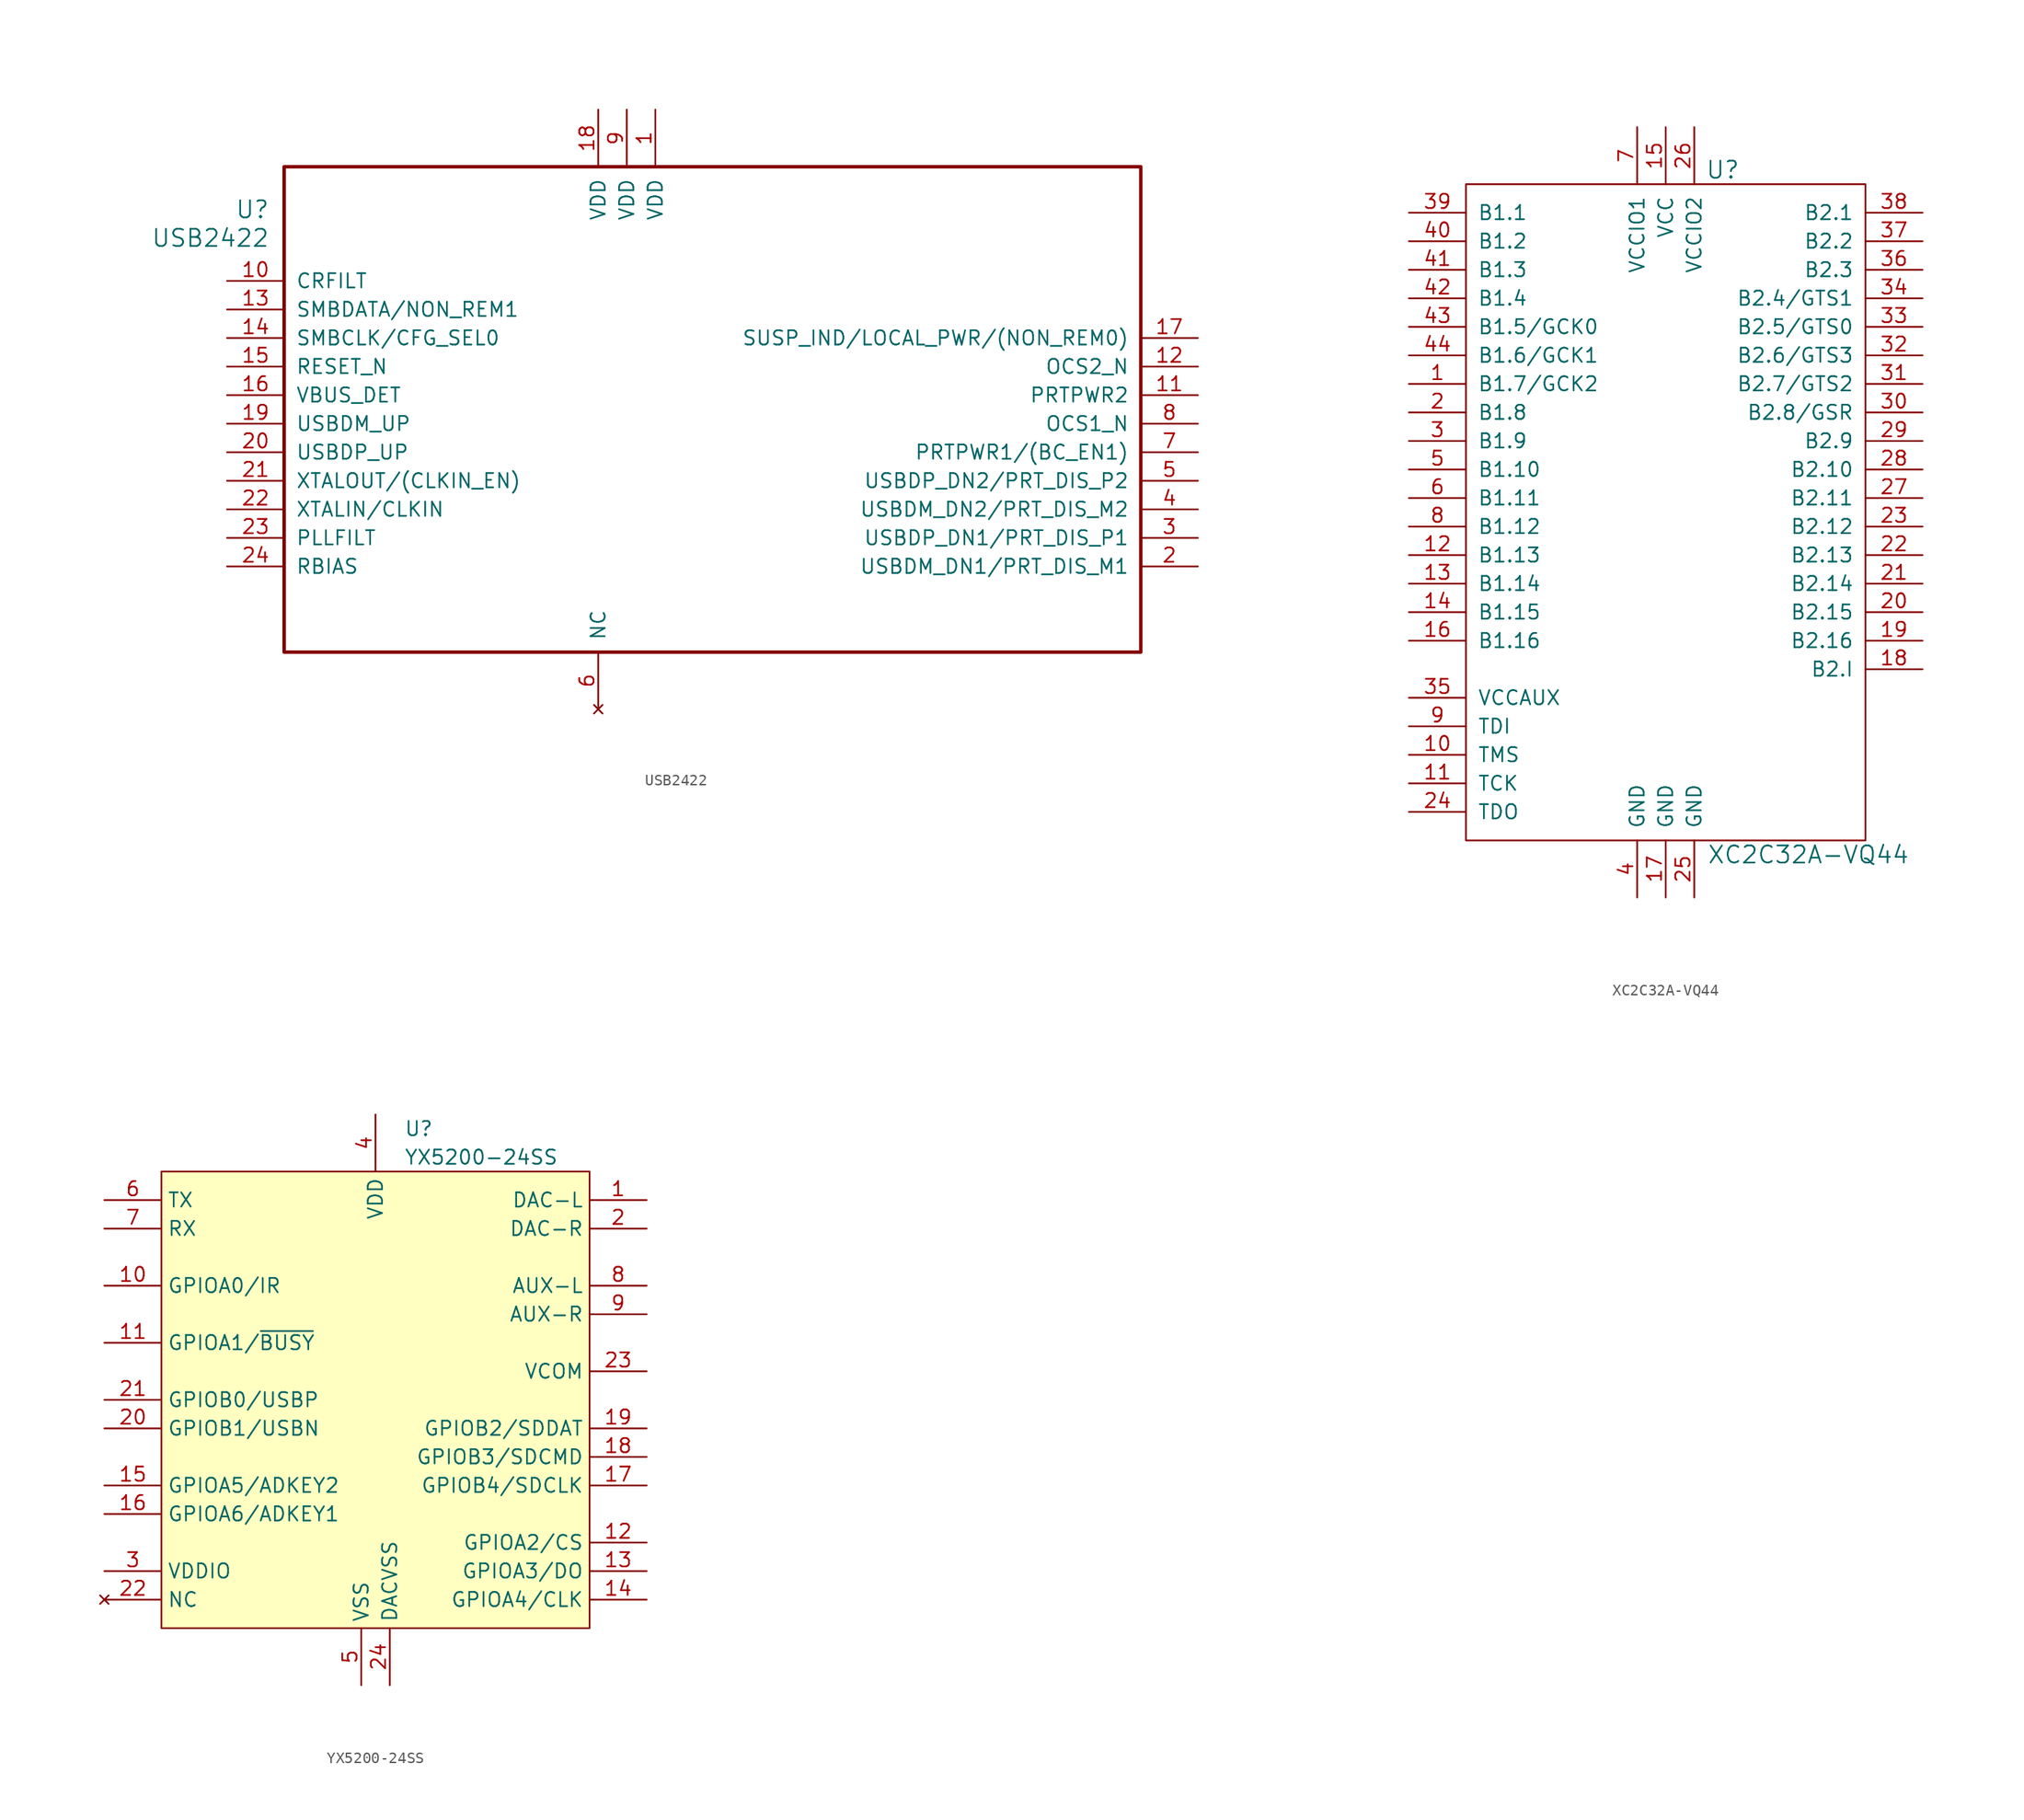
<source format=kicad_sym>
(kicad_symbol_lib
  (version 20241209)
  (generator "kicad_symbol_editor")
  (generator_version "9.0")
  (symbol "USB2422"
    (pin_names
      (offset 1.016))
    (property "Reference" "U"
      (at 3.81 6.35 0)
      (effects (font (size 1.524 1.524)) (justify right)))
    (property "Value" "USB2422"
      (at 3.81 3.81 0)
      (effects (font (size 1.524 1.524)) (justify right)))
    (symbol "USB2422_1_1"
      (rectangle (start 5.08 10.16) (end 81.28 -33.02) (stroke (width 0.305) (type default)) (fill (type none)))
      (pin passive line (at 0 0 0) (length 5.08) (name "CRFILT" (effects (font (size 1.27 1.27)))) (number "10" (effects (font (size 1.27 1.27)))))
      (pin bidirectional line (at 0 -2.54 0) (length 5.08) (name "SMBDATA/NON_REM1" (effects (font (size 1.27 1.27)))) (number "13" (effects (font (size 1.27 1.27)))))
      (pin bidirectional line (at 0 -5.08 0) (length 5.08) (name "SMBCLK/CFG_SEL0" (effects (font (size 1.27 1.27)))) (number "14" (effects (font (size 1.27 1.27)))))
      (pin input line (at 0 -7.62 0) (length 5.08) (name "RESET_N" (effects (font (size 1.27 1.27)))) (number "15" (effects (font (size 1.27 1.27)))))
      (pin input line (at 0 -10.16 0) (length 5.08) (name "VBUS_DET" (effects (font (size 1.27 1.27)))) (number "16" (effects (font (size 1.27 1.27)))))
      (pin bidirectional line (at 0 -12.7 0) (length 5.08) (name "USBDM_UP" (effects (font (size 1.27 1.27)))) (number "19" (effects (font (size 1.27 1.27)))))
      (pin bidirectional line (at 0 -15.24 0) (length 5.08) (name "USBDP_UP" (effects (font (size 1.27 1.27)))) (number "20" (effects (font (size 1.27 1.27)))))
      (pin output line (at 0 -17.78 0) (length 5.08) (name "XTALOUT/(CLKIN_EN)" (effects (font (size 1.27 1.27)))) (number "21" (effects (font (size 1.27 1.27)))))
      (pin input line (at 0 -20.32 0) (length 5.08) (name "XTALIN/CLKIN" (effects (font (size 1.27 1.27)))) (number "22" (effects (font (size 1.27 1.27)))))
      (pin passive line (at 0 -22.86 0) (length 5.08) (name "PLLFILT" (effects (font (size 1.27 1.27)))) (number "23" (effects (font (size 1.27 1.27)))))
      (pin passive line (at 0 -25.4 0) (length 5.08) (name "RBIAS" (effects (font (size 1.27 1.27)))) (number "24" (effects (font (size 1.27 1.27)))))
      (pin power_in line (at 33.02 15.24 270) (length 5.08) (name "VDD" (effects (font (size 1.27 1.27)))) (number "18" (effects (font (size 1.27 1.27)))))
      (pin no_connect line (at 33.02 -38.1 90) (length 5.08) (name "NC" (effects (font (size 1.27 1.27)))) (number "6" (effects (font (size 1.27 1.27)))))
      (pin power_in line (at 35.56 15.24 270) (length 5.08) (name "VDD" (effects (font (size 1.27 1.27)))) (number "9" (effects (font (size 1.27 1.27)))))
      (pin power_in line (at 38.1 15.24 270) (length 5.08) (name "VDD" (effects (font (size 1.27 1.27)))) (number "1" (effects (font (size 1.27 1.27)))))
      (pin output line (at 86.36 -5.08 180) (length 5.08) (name "SUSP_IND/LOCAL_PWR/(NON_REM0)" (effects (font (size 1.27 1.27)))) (number "17" (effects (font (size 1.27 1.27)))))
      (pin input line (at 86.36 -7.62 180) (length 5.08) (name "OCS2_N" (effects (font (size 1.27 1.27)))) (number "12" (effects (font (size 1.27 1.27)))))
      (pin output line (at 86.36 -10.16 180) (length 5.08) (name "PRTPWR2" (effects (font (size 1.27 1.27)))) (number "11" (effects (font (size 1.27 1.27)))))
      (pin input line (at 86.36 -12.7 180) (length 5.08) (name "OCS1_N" (effects (font (size 1.27 1.27)))) (number "8" (effects (font (size 1.27 1.27)))))
      (pin output line (at 86.36 -15.24 180) (length 5.08) (name "PRTPWR1/(BC_EN1)" (effects (font (size 1.27 1.27)))) (number "7" (effects (font (size 1.27 1.27)))))
      (pin bidirectional line (at 86.36 -17.78 180) (length 5.08) (name "USBDP_DN2/PRT_DIS_P2" (effects (font (size 1.27 1.27)))) (number "5" (effects (font (size 1.27 1.27)))))
      (pin bidirectional line (at 86.36 -20.32 180) (length 5.08) (name "USBDM_DN2/PRT_DIS_M2" (effects (font (size 1.27 1.27)))) (number "4" (effects (font (size 1.27 1.27)))))
      (pin bidirectional line (at 86.36 -22.86 180) (length 5.08) (name "USBDP_DN1/PRT_DIS_P1" (effects (font (size 1.27 1.27)))) (number "3" (effects (font (size 1.27 1.27)))))
      (pin bidirectional line (at 86.36 -25.4 180) (length 5.08) (name "USBDM_DN1/PRT_DIS_M1" (effects (font (size 1.27 1.27)))) (number "2" (effects (font (size 1.27 1.27)))))))
  (symbol "XC2C32A-VQ44"
    (pin_names
      (offset 1.016))
    (property "Reference" "U"
      (at 5.08 29.21 0)
      (effects (font (size 1.524 1.524))))
    (property "Value" "XC2C32A-VQ44"
      (at 12.7 -31.75 0)
      (effects (font (size 1.524 1.524))))
    (property "Footprint" ""
      (at 12.7 -19.05 0)
      (effects (font (size 1.524 1.524))))
    (property "Datasheet" ""
      (at 12.7 -19.05 0)
      (effects (font (size 1.524 1.524))))
    (symbol "XC2C32A-VQ44_0_1"
      (rectangle (start -17.78 27.94) (end 17.78 -30.48) (stroke (width 0) (type default)) (fill (type none))))
    (symbol "XC2C32A-VQ44_1_1"
      (pin bidirectional line (at -22.86 25.4 0) (length 5.08) (name "B1.1" (effects (font (size 1.27 1.27)))) (number "39" (effects (font (size 1.27 1.27)))))
      (pin bidirectional line (at -22.86 22.86 0) (length 5.08) (name "B1.2" (effects (font (size 1.27 1.27)))) (number "40" (effects (font (size 1.27 1.27)))))
      (pin bidirectional line (at -22.86 20.32 0) (length 5.08) (name "B1.3" (effects (font (size 1.27 1.27)))) (number "41" (effects (font (size 1.27 1.27)))))
      (pin bidirectional line (at -22.86 17.78 0) (length 5.08) (name "B1.4" (effects (font (size 1.27 1.27)))) (number "42" (effects (font (size 1.27 1.27)))))
      (pin bidirectional line (at -22.86 15.24 0) (length 5.08) (name "B1.5/GCK0" (effects (font (size 1.27 1.27)))) (number "43" (effects (font (size 1.27 1.27)))))
      (pin bidirectional line (at -22.86 12.7 0) (length 5.08) (name "B1.6/GCK1" (effects (font (size 1.27 1.27)))) (number "44" (effects (font (size 1.27 1.27)))))
      (pin bidirectional line (at -22.86 10.16 0) (length 5.08) (name "B1.7/GCK2" (effects (font (size 1.27 1.27)))) (number "1" (effects (font (size 1.27 1.27)))))
      (pin bidirectional line (at -22.86 7.62 0) (length 5.08) (name "B1.8" (effects (font (size 1.27 1.27)))) (number "2" (effects (font (size 1.27 1.27)))))
      (pin bidirectional line (at -22.86 5.08 0) (length 5.08) (name "B1.9" (effects (font (size 1.27 1.27)))) (number "3" (effects (font (size 1.27 1.27)))))
      (pin bidirectional line (at -22.86 2.54 0) (length 5.08) (name "B1.10" (effects (font (size 1.27 1.27)))) (number "5" (effects (font (size 1.27 1.27)))))
      (pin bidirectional line (at -22.86 0 0) (length 5.08) (name "B1.11" (effects (font (size 1.27 1.27)))) (number "6" (effects (font (size 1.27 1.27)))))
      (pin bidirectional line (at -22.86 -2.54 0) (length 5.08) (name "B1.12" (effects (font (size 1.27 1.27)))) (number "8" (effects (font (size 1.27 1.27)))))
      (pin bidirectional line (at -22.86 -5.08 0) (length 5.08) (name "B1.13" (effects (font (size 1.27 1.27)))) (number "12" (effects (font (size 1.27 1.27)))))
      (pin bidirectional line (at -22.86 -7.62 0) (length 5.08) (name "B1.14" (effects (font (size 1.27 1.27)))) (number "13" (effects (font (size 1.27 1.27)))))
      (pin bidirectional line (at -22.86 -10.16 0) (length 5.08) (name "B1.15" (effects (font (size 1.27 1.27)))) (number "14" (effects (font (size 1.27 1.27)))))
      (pin bidirectional line (at -22.86 -12.7 0) (length 5.08) (name "B1.16" (effects (font (size 1.27 1.27)))) (number "16" (effects (font (size 1.27 1.27)))))
      (pin power_in line (at -22.86 -17.78 0) (length 5.08) (name "VCCAUX" (effects (font (size 1.27 1.27)))) (number "35" (effects (font (size 1.27 1.27)))))
      (pin input line (at -22.86 -20.32 0) (length 5.08) (name "TDI" (effects (font (size 1.27 1.27)))) (number "9" (effects (font (size 1.27 1.27)))))
      (pin input line (at -22.86 -22.86 0) (length 5.08) (name "TMS" (effects (font (size 1.27 1.27)))) (number "10" (effects (font (size 1.27 1.27)))))
      (pin input line (at -22.86 -25.4 0) (length 5.08) (name "TCK" (effects (font (size 1.27 1.27)))) (number "11" (effects (font (size 1.27 1.27)))))
      (pin output line (at -22.86 -27.94 0) (length 5.08) (name "TDO" (effects (font (size 1.27 1.27)))) (number "24" (effects (font (size 1.27 1.27)))))
      (pin power_in line (at -2.54 33.02 270) (length 5.08) (name "VCCIO1" (effects (font (size 1.27 1.27)))) (number "7" (effects (font (size 1.27 1.27)))))
      (pin power_in line (at -2.54 -35.56 90) (length 5.08) (name "GND" (effects (font (size 1.27 1.27)))) (number "4" (effects (font (size 1.27 1.27)))))
      (pin power_in line (at 0 33.02 270) (length 5.08) (name "VCC" (effects (font (size 1.27 1.27)))) (number "15" (effects (font (size 1.27 1.27)))))
      (pin power_in line (at 0 -35.56 90) (length 5.08) (name "GND" (effects (font (size 1.27 1.27)))) (number "17" (effects (font (size 1.27 1.27)))))
      (pin power_in line (at 2.54 33.02 270) (length 5.08) (name "VCCIO2" (effects (font (size 1.27 1.27)))) (number "26" (effects (font (size 1.27 1.27)))))
      (pin power_in line (at 2.54 -35.56 90) (length 5.08) (name "GND" (effects (font (size 1.27 1.27)))) (number "25" (effects (font (size 1.27 1.27)))))
      (pin bidirectional line (at 22.86 25.4 180) (length 5.08) (name "B2.1" (effects (font (size 1.27 1.27)))) (number "38" (effects (font (size 1.27 1.27)))))
      (pin bidirectional line (at 22.86 22.86 180) (length 5.08) (name "B2.2" (effects (font (size 1.27 1.27)))) (number "37" (effects (font (size 1.27 1.27)))))
      (pin bidirectional line (at 22.86 20.32 180) (length 5.08) (name "B2.3" (effects (font (size 1.27 1.27)))) (number "36" (effects (font (size 1.27 1.27)))))
      (pin bidirectional line (at 22.86 17.78 180) (length 5.08) (name "B2.4/GTS1" (effects (font (size 1.27 1.27)))) (number "34" (effects (font (size 1.27 1.27)))))
      (pin bidirectional line (at 22.86 15.24 180) (length 5.08) (name "B2.5/GTS0" (effects (font (size 1.27 1.27)))) (number "33" (effects (font (size 1.27 1.27)))))
      (pin bidirectional line (at 22.86 12.7 180) (length 5.08) (name "B2.6/GTS3" (effects (font (size 1.27 1.27)))) (number "32" (effects (font (size 1.27 1.27)))))
      (pin bidirectional line (at 22.86 10.16 180) (length 5.08) (name "B2.7/GTS2" (effects (font (size 1.27 1.27)))) (number "31" (effects (font (size 1.27 1.27)))))
      (pin bidirectional line (at 22.86 7.62 180) (length 5.08) (name "B2.8/GSR" (effects (font (size 1.27 1.27)))) (number "30" (effects (font (size 1.27 1.27)))))
      (pin bidirectional line (at 22.86 5.08 180) (length 5.08) (name "B2.9" (effects (font (size 1.27 1.27)))) (number "29" (effects (font (size 1.27 1.27)))))
      (pin bidirectional line (at 22.86 2.54 180) (length 5.08) (name "B2.10" (effects (font (size 1.27 1.27)))) (number "28" (effects (font (size 1.27 1.27)))))
      (pin bidirectional line (at 22.86 0 180) (length 5.08) (name "B2.11" (effects (font (size 1.27 1.27)))) (number "27" (effects (font (size 1.27 1.27)))))
      (pin bidirectional line (at 22.86 -2.54 180) (length 5.08) (name "B2.12" (effects (font (size 1.27 1.27)))) (number "23" (effects (font (size 1.27 1.27)))))
      (pin bidirectional line (at 22.86 -5.08 180) (length 5.08) (name "B2.13" (effects (font (size 1.27 1.27)))) (number "22" (effects (font (size 1.27 1.27)))))
      (pin bidirectional line (at 22.86 -7.62 180) (length 5.08) (name "B2.14" (effects (font (size 1.27 1.27)))) (number "21" (effects (font (size 1.27 1.27)))))
      (pin bidirectional line (at 22.86 -10.16 180) (length 5.08) (name "B2.15" (effects (font (size 1.27 1.27)))) (number "20" (effects (font (size 1.27 1.27)))))
      (pin bidirectional line (at 22.86 -12.7 180) (length 5.08) (name "B2.16" (effects (font (size 1.27 1.27)))) (number "19" (effects (font (size 1.27 1.27)))))
      (pin input line (at 22.86 -15.24 180) (length 5.08) (name "B2.I" (effects (font (size 1.27 1.27)))) (number "18" (effects (font (size 1.27 1.27)))))))
  (symbol "YX5200-24SS"
    (property "Reference" "U"
      (at 2.54 24.13 0)
      (effects (font (size 1.27 1.27)) (justify left)))
    (property "Value" "YX5200-24SS"
      (at 2.54 21.59 0)
      (effects (font (size 1.27 1.27)) (justify left)))
    (symbol "YX5200-24SS_1_1"
      (rectangle (start -19.05 20.32) (end 19.05 -20.32) (stroke (width 0) (type default)) (fill (type background)))
      (pin output line (at -24.13 17.78 0) (length 5.08) (name "TX" (effects (font (size 1.27 1.27)))) (number "6" (effects (font (size 1.27 1.27)))))
      (pin input line (at -24.13 15.24 0) (length 5.08) (name "RX" (effects (font (size 1.27 1.27)))) (number "7" (effects (font (size 1.27 1.27)))))
      (pin input line (at -24.13 10.16 0) (length 5.08) (name "GPIOA0/IR" (effects (font (size 1.27 1.27)))) (number "10" (effects (font (size 1.27 1.27)))))
      (pin output line (at -24.13 5.08 0) (length 5.08) (name "GPIOA1/~{BUSY}" (effects (font (size 1.27 1.27)))) (number "11" (effects (font (size 1.27 1.27)))))
      (pin bidirectional line (at -24.13 0 0) (length 5.08) (name "GPIOB0/USBP" (effects (font (size 1.27 1.27)))) (number "21" (effects (font (size 1.27 1.27)))))
      (pin bidirectional line (at -24.13 -2.54 0) (length 5.08) (name "GPIOB1/USBN" (effects (font (size 1.27 1.27)))) (number "20" (effects (font (size 1.27 1.27)))))
      (pin input line (at -24.13 -7.62 0) (length 5.08) (name "GPIOA5/ADKEY2" (effects (font (size 1.27 1.27)))) (number "15" (effects (font (size 1.27 1.27)))))
      (pin input line (at -24.13 -10.16 0) (length 5.08) (name "GPIOA6/ADKEY1" (effects (font (size 1.27 1.27)))) (number "16" (effects (font (size 1.27 1.27)))))
      (pin power_out line (at -24.13 -15.24 0) (length 5.08) (name "VDDIO" (effects (font (size 1.27 1.27)))) (number "3" (effects (font (size 1.27 1.27)))))
      (pin no_connect line (at -24.13 -17.78 0) (length 5.08) (name "NC" (effects (font (size 1.27 1.27)))) (number "22" (effects (font (size 1.27 1.27)))))
      (pin power_in line (at -1.27 -25.4 90) (length 5.08) (name "VSS" (effects (font (size 1.27 1.27)))) (number "5" (effects (font (size 1.27 1.27)))))
      (pin power_in line (at 0 25.4 270) (length 5.08) (name "VDD" (effects (font (size 1.27 1.27)))) (number "4" (effects (font (size 1.27 1.27)))))
      (pin power_in line (at 1.27 -25.4 90) (length 5.08) (name "DACVSS" (effects (font (size 1.27 1.27)))) (number "24" (effects (font (size 1.27 1.27)))))
      (pin output line (at 24.13 17.78 180) (length 5.08) (name "DAC-L" (effects (font (size 1.27 1.27)))) (number "1" (effects (font (size 1.27 1.27)))))
      (pin output line (at 24.13 15.24 180) (length 5.08) (name "DAC-R" (effects (font (size 1.27 1.27)))) (number "2" (effects (font (size 1.27 1.27)))))
      (pin output line (at 24.13 10.16 180) (length 5.08) (name "AUX-L" (effects (font (size 1.27 1.27)))) (number "8" (effects (font (size 1.27 1.27)))))
      (pin output line (at 24.13 7.62 180) (length 5.08) (name "AUX-R" (effects (font (size 1.27 1.27)))) (number "9" (effects (font (size 1.27 1.27)))))
      (pin passive line (at 24.13 2.54 180) (length 5.08) (name "VCOM" (effects (font (size 1.27 1.27)))) (number "23" (effects (font (size 1.27 1.27)))))
      (pin bidirectional line (at 24.13 -2.54 180) (length 5.08) (name "GPIOB2/SDDAT" (effects (font (size 1.27 1.27)))) (number "19" (effects (font (size 1.27 1.27)))))
      (pin output line (at 24.13 -5.08 180) (length 5.08) (name "GPIOB3/SDCMD" (effects (font (size 1.27 1.27)))) (number "18" (effects (font (size 1.27 1.27)))))
      (pin output line (at 24.13 -7.62 180) (length 5.08) (name "GPIOB4/SDCLK" (effects (font (size 1.27 1.27)))) (number "17" (effects (font (size 1.27 1.27)))))
      (pin output line (at 24.13 -12.7 180) (length 5.08) (name "GPIOA2/CS" (effects (font (size 1.27 1.27)))) (number "12" (effects (font (size 1.27 1.27)))))
      (pin bidirectional line (at 24.13 -15.24 180) (length 5.08) (name "GPIOA3/DO" (effects (font (size 1.27 1.27)))) (number "13" (effects (font (size 1.27 1.27)))))
      (pin output line (at 24.13 -17.78 180) (length 5.08) (name "GPIOA4/CLK" (effects (font (size 1.27 1.27)))) (number "14" (effects (font (size 1.27 1.27))))))))
</source>
